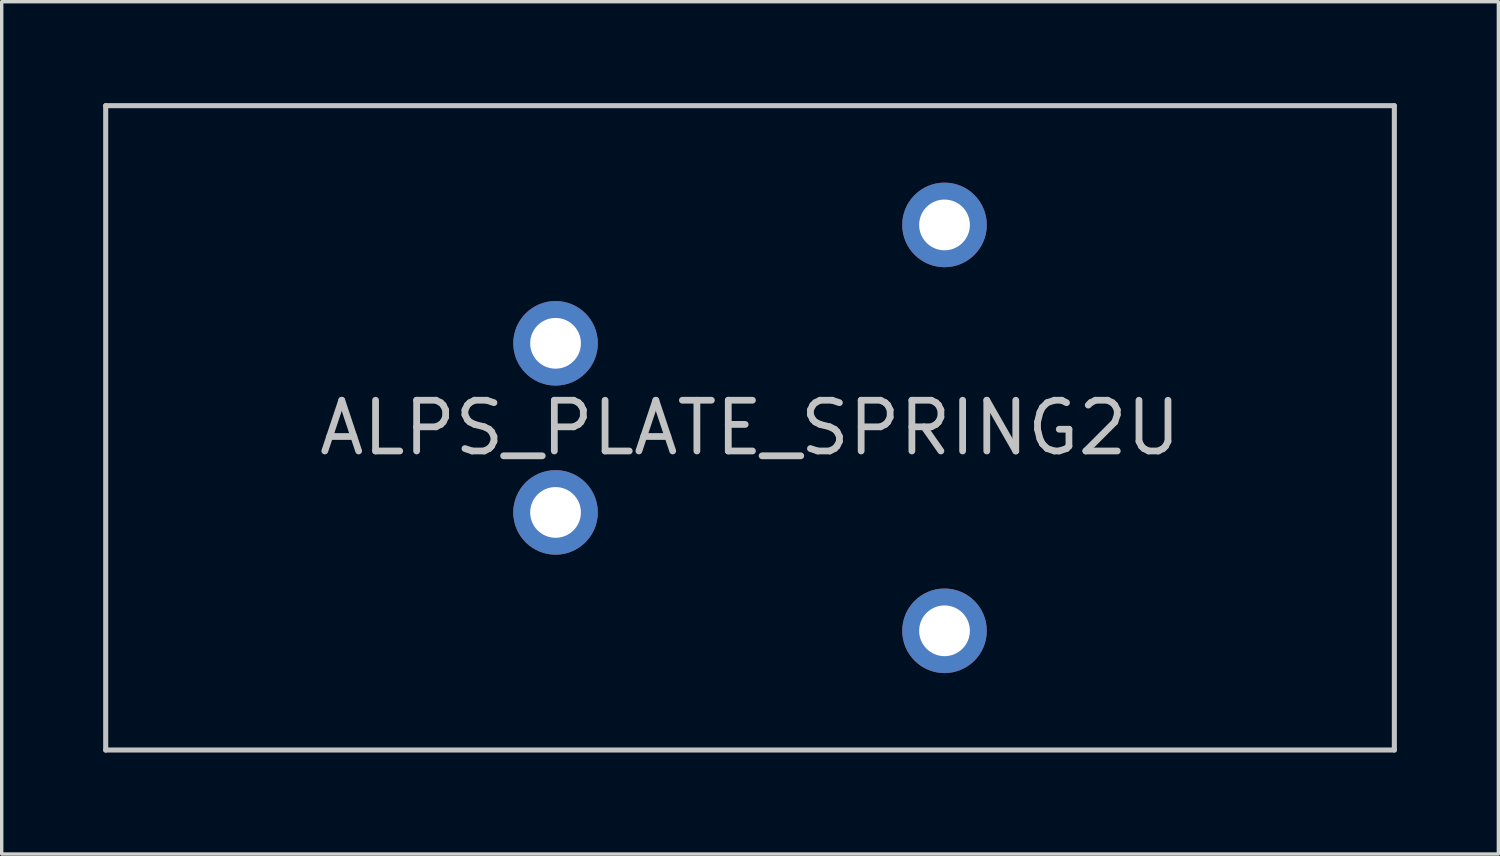
<source format=kicad_pcb>
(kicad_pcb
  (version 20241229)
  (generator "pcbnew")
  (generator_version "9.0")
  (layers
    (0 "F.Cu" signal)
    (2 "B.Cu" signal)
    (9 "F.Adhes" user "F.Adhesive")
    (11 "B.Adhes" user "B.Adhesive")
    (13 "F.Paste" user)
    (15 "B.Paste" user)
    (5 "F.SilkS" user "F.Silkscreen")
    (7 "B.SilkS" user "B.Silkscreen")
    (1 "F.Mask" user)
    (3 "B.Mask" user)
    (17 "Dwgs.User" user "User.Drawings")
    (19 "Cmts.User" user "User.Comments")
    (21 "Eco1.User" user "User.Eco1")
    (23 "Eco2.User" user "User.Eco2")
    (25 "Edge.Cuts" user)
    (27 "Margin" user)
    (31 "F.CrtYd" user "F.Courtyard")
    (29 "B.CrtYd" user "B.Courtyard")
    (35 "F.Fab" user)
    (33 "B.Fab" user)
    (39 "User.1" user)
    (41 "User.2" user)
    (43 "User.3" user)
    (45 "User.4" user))
  (footprint "ALPS_PLATE_SPRING2U"
    (layer "F.Cu")
    (at 19.125 9.6)
    (property "Reference" "ALPS_PLATE_SPRING2U" (at 0 0 0) (layer "Dwgs.User") (effects (font (size 1.5 1.5) (thickness 0.2))))
    (attr through_hole)
    (fp_line (start -19.05 -9.525) (end -19.05 9.525) (stroke (width 0.15) (type solid)) (layer "Dwgs.User"))
    (fp_line (start -19.05 -9.525) (end 19.05 -9.525) (stroke (width 0.15) (type solid)) (layer "Dwgs.User"))
    (fp_line (start -19.05 9.525) (end 19.05 9.525) (stroke (width 0.15) (type solid)) (layer "Dwgs.User"))
    (fp_line (start 19.05 9.525) (end 19.05 -9.525) (stroke (width 0.15) (type solid)) (layer "Dwgs.User"))
    (pad "1" thru_hole circle (at -5.75 2.5 90) (size 2.5 2.5) (drill 1.5) (layers "*.Cu" "*.Mask"))
    (pad "2" thru_hole circle (at -5.75 -2.5 90) (size 2.5 2.5) (drill 1.5) (layers "*.Cu" "*.Mask"))
    (pad "3" thru_hole circle (at 5.75 -6 90) (size 2.5 2.5) (drill 1.5) (layers "*.Cu" "*.Mask"))
    (pad "3" thru_hole circle (at 5.75 6 90) (size 2.5 2.5) (drill 1.5) (layers "*.Cu" "*.Mask")))
  (gr_rect
    (start -3 -3)
    (end 41.25 22.2)
    (stroke (width 0.1) (type default))
    (fill no)
    (layer "Edge.Cuts")))
</source>
